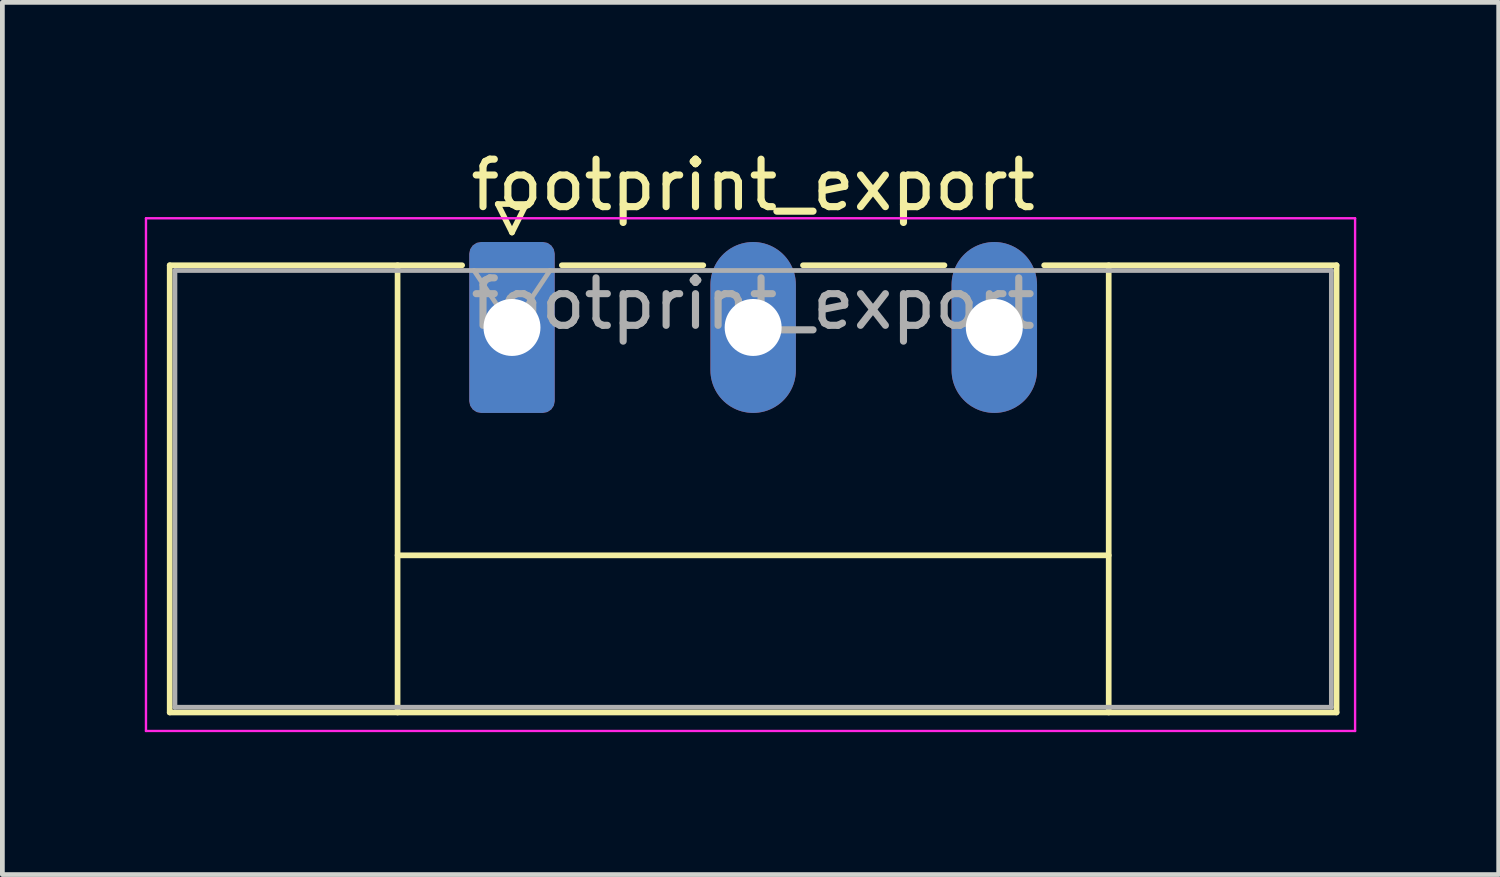
<source format=kicad_pcb>
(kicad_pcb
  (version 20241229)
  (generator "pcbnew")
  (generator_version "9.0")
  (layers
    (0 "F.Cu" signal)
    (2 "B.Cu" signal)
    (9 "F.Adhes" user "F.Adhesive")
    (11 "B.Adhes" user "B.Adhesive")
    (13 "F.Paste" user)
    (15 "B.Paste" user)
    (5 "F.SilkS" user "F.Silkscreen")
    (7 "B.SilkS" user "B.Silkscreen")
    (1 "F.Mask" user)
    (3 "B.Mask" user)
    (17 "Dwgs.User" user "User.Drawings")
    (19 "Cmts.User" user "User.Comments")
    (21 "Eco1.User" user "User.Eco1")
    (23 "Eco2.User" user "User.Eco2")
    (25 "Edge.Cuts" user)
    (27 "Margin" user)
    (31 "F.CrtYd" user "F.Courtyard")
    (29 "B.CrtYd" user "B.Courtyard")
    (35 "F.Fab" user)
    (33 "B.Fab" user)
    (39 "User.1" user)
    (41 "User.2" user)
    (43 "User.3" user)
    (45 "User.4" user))
  (footprint "footprint_export"
    (layer "F.Cu")
    (at 7.735 3.848)
    (property "Reference" "footprint_export" (at 5.08 -3 0) (layer "F.SilkS") (effects (font (size 1 1) (thickness 0.15))))
    (attr through_hole)
    (fp_line (start -7.21 -1.31) (end -7.21 8.11) (stroke (width 0.12) (type solid)) (layer "F.SilkS"))
    (fp_line (start -7.21 -1.31) (end -1.05 -1.31) (stroke (width 0.12) (type solid)) (layer "F.SilkS"))
    (fp_line (start -7.21 8.11) (end 17.37 8.11) (stroke (width 0.12) (type solid)) (layer "F.SilkS"))
    (fp_line (start -2.41 -1.31) (end -2.41 8.11) (stroke (width 0.12) (type solid)) (layer "F.SilkS"))
    (fp_line (start -2.41 4.8) (end 12.57 4.8) (stroke (width 0.12) (type solid)) (layer "F.SilkS"))
    (fp_line (start -0.3 -2.6) (end 0.3 -2.6) (stroke (width 0.12) (type solid)) (layer "F.SilkS"))
    (fp_line (start 0 -2) (end -0.3 -2.6) (stroke (width 0.12) (type solid)) (layer "F.SilkS"))
    (fp_line (start 0.3 -2.6) (end 0 -2) (stroke (width 0.12) (type solid)) (layer "F.SilkS"))
    (fp_line (start 1.05 -1.31) (end 4.03 -1.31) (stroke (width 0.12) (type solid)) (layer "F.SilkS"))
    (fp_line (start 6.13 -1.31) (end 9.11 -1.31) (stroke (width 0.12) (type solid)) (layer "F.SilkS"))
    (fp_line (start 12.57 -1.31) (end 12.57 8.11) (stroke (width 0.12) (type solid)) (layer "F.SilkS"))
    (fp_line (start 17.37 -1.31) (end 11.21 -1.31) (stroke (width 0.12) (type solid)) (layer "F.SilkS"))
    (fp_line (start 17.37 8.11) (end 17.37 -1.31) (stroke (width 0.12) (type solid)) (layer "F.SilkS"))
    (fp_line (start -7.71 -2.3) (end -7.71 8.5) (stroke (width 0.05) (type solid)) (layer "F.CrtYd"))
    (fp_line (start -7.71 8.5) (end 17.76 8.5) (stroke (width 0.05) (type solid)) (layer "F.CrtYd"))
    (fp_line (start 17.76 -2.3) (end -7.71 -2.3) (stroke (width 0.05) (type solid)) (layer "F.CrtYd"))
    (fp_line (start 17.76 8.5) (end 17.76 -2.3) (stroke (width 0.05) (type solid)) (layer "F.CrtYd"))
    (fp_line (start -7.1 -1.2) (end -7.1 8) (stroke (width 0.1) (type solid)) (layer "F.Fab"))
    (fp_line (start -7.1 8) (end 17.26 8) (stroke (width 0.1) (type solid)) (layer "F.Fab"))
    (fp_line (start 0 0) (end -0.8 -1.2) (stroke (width 0.1) (type solid)) (layer "F.Fab"))
    (fp_line (start 0.8 -1.2) (end 0 0) (stroke (width 0.1) (type solid)) (layer "F.Fab"))
    (fp_line (start 17.26 -1.2) (end -7.1 -1.2) (stroke (width 0.1) (type solid)) (layer "F.Fab"))
    (fp_line (start 17.26 8) (end 17.26 -1.2) (stroke (width 0.1) (type solid)) (layer "F.Fab"))
    (fp_text user "${REFERENCE}" (at 5.08 -0.5 0) (layer "F.Fab") (effects (font (size 1 1) (thickness 0.15))))
    (pad "1" thru_hole roundrect (at 0 0) (size 1.8 3.6) (drill 1.2) (layers "*.Cu" "*.Mask") (roundrect_rratio 0.139))
    (pad "2" thru_hole oval (at 5.08 0) (size 1.8 3.6) (drill 1.2) (layers "*.Cu" "*.Mask"))
    (pad "3" thru_hole oval (at 10.16 0) (size 1.8 3.6) (drill 1.2) (layers "*.Cu" "*.Mask")))
  (gr_rect
    (start -3 -3)
    (end 28.52 15.373)
    (stroke (width 0.1) (type default))
    (fill no)
    (layer "Edge.Cuts")))
</source>
